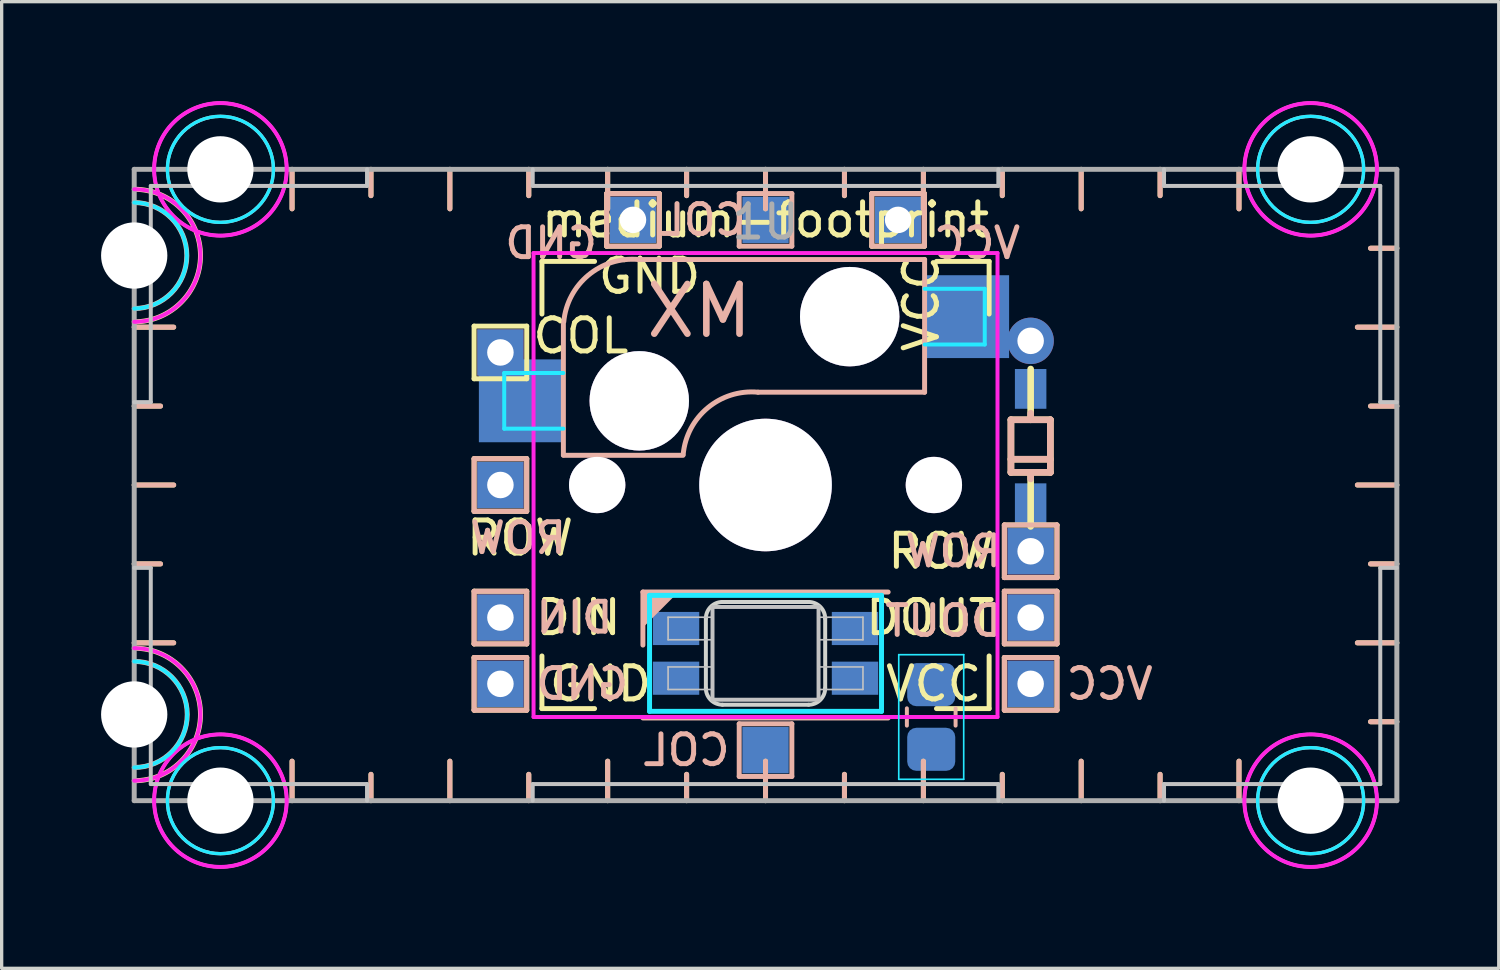
<source format=kicad_pcb>
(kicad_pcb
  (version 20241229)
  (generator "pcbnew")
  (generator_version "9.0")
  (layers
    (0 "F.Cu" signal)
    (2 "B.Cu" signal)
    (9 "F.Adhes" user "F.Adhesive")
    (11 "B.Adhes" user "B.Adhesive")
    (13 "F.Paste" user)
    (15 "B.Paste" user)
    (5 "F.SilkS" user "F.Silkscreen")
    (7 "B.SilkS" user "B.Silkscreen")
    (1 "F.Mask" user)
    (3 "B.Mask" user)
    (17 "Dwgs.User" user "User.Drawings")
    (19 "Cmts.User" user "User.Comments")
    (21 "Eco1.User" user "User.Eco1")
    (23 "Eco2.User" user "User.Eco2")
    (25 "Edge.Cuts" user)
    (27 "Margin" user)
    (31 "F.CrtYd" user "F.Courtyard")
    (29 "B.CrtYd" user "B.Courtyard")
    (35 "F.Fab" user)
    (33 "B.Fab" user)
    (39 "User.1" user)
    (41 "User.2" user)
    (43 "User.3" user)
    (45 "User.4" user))
  (footprint "medium-footprint"
    (layer "F.Cu")
    (at 20.05 11.585)
    (property "Reference" "medium-footprint" (at 0 -8 0) (unlocked yes) (layer "F.SilkS") (effects (font (size 1 1) (thickness 0.15))))
    (attr through_hole)
    (fp_line (start -18.256 -7.144) (end -19.05 -7.144) (stroke (width 0.15) (type solid)) (layer "F.SilkS"))
    (fp_line (start -18.256 -2.381) (end -19.05 -2.381) (stroke (width 0.15) (type solid)) (layer "F.SilkS"))
    (fp_line (start -18.256 2.381) (end -19.05 2.381) (stroke (width 0.15) (type solid)) (layer "F.SilkS"))
    (fp_line (start -18.256 7.144) (end -19.05 7.144) (stroke (width 0.15) (type solid)) (layer "F.SilkS"))
    (fp_line (start -17.859 -4.763) (end -19.05 -4.763) (stroke (width 0.15) (type solid)) (layer "F.SilkS"))
    (fp_line (start -17.859 0) (end -19.05 0) (stroke (width 0.15) (type solid)) (layer "F.SilkS"))
    (fp_line (start -17.859 4.763) (end -19.05 4.763) (stroke (width 0.15) (type solid)) (layer "F.SilkS"))
    (fp_line (start -16.669 -8.731) (end -16.669 -9.525) (stroke (width 0.15) (type solid)) (layer "F.SilkS"))
    (fp_line (start -16.669 8.731) (end -16.669 9.525) (stroke (width 0.15) (type solid)) (layer "F.SilkS"))
    (fp_line (start -14.287 -8.334) (end -14.287 -9.525) (stroke (width 0.15) (type solid)) (layer "F.SilkS"))
    (fp_line (start -14.287 8.334) (end -14.287 9.525) (stroke (width 0.15) (type solid)) (layer "F.SilkS"))
    (fp_line (start -11.906 -8.731) (end -11.906 -9.525) (stroke (width 0.15) (type solid)) (layer "F.SilkS"))
    (fp_line (start -11.906 8.731) (end -11.906 9.525) (stroke (width 0.15) (type solid)) (layer "F.SilkS"))
    (fp_line (start -9.525 -8.334) (end -9.525 -9.525) (stroke (width 0.15) (type solid)) (layer "F.SilkS"))
    (fp_line (start -9.525 8.334) (end -9.525 9.525) (stroke (width 0.15) (type solid)) (layer "F.SilkS"))
    (fp_line (start -8.794 -4.794) (end -7.206 -4.794) (stroke (width 0.15) (type solid)) (layer "F.SilkS"))
    (fp_line (start -8.794 -3.206) (end -8.794 -4.794) (stroke (width 0.15) (type solid)) (layer "F.SilkS"))
    (fp_line (start -8.794 -0.794) (end -7.206 -0.794) (stroke (width 0.15) (type solid)) (layer "F.SilkS"))
    (fp_line (start -8.794 0.794) (end -8.794 -0.794) (stroke (width 0.15) (type solid)) (layer "F.SilkS"))
    (fp_line (start -8.794 3.206) (end -7.206 3.206) (stroke (width 0.15) (type solid)) (layer "F.SilkS"))
    (fp_line (start -8.794 4.794) (end -8.794 3.206) (stroke (width 0.15) (type solid)) (layer "F.SilkS"))
    (fp_line (start -8.794 5.206) (end -7.206 5.206) (stroke (width 0.15) (type solid)) (layer "F.SilkS"))
    (fp_line (start -8.794 6.794) (end -8.794 5.206) (stroke (width 0.15) (type solid)) (layer "F.SilkS"))
    (fp_line (start -7.206 -4.794) (end -7.206 -3.206) (stroke (width 0.15) (type solid)) (layer "F.SilkS"))
    (fp_line (start -7.206 -3.206) (end -8.794 -3.206) (stroke (width 0.15) (type solid)) (layer "F.SilkS"))
    (fp_line (start -7.206 -0.794) (end -7.206 0.794) (stroke (width 0.15) (type solid)) (layer "F.SilkS"))
    (fp_line (start -7.206 0.794) (end -8.794 0.794) (stroke (width 0.15) (type solid)) (layer "F.SilkS"))
    (fp_line (start -7.206 3.206) (end -7.206 4.794) (stroke (width 0.15) (type solid)) (layer "F.SilkS"))
    (fp_line (start -7.206 4.794) (end -8.794 4.794) (stroke (width 0.15) (type solid)) (layer "F.SilkS"))
    (fp_line (start -7.206 5.206) (end -7.206 6.794) (stroke (width 0.15) (type solid)) (layer "F.SilkS"))
    (fp_line (start -7.206 6.794) (end -8.794 6.794) (stroke (width 0.15) (type solid)) (layer "F.SilkS"))
    (fp_line (start -7.144 -8.731) (end -7.144 -9.525) (stroke (width 0.15) (type solid)) (layer "F.SilkS"))
    (fp_line (start -7.144 8.731) (end -7.144 9.525) (stroke (width 0.15) (type solid)) (layer "F.SilkS"))
    (fp_line (start -6.747 -6.747) (end -5.159 -6.747) (stroke (width 0.15) (type solid)) (layer "F.SilkS"))
    (fp_line (start -6.747 -5.159) (end -6.747 -6.747) (stroke (width 0.15) (type solid)) (layer "F.SilkS"))
    (fp_line (start -6.747 6.747) (end -6.747 5.159) (stroke (width 0.15) (type solid)) (layer "F.SilkS"))
    (fp_line (start -5.159 6.747) (end -6.747 6.747) (stroke (width 0.15) (type solid)) (layer "F.SilkS"))
    (fp_line (start -4.794 -8.794) (end -3.206 -8.794) (stroke (width 0.15) (type solid)) (layer "F.SilkS"))
    (fp_line (start -4.794 -7.206) (end -4.794 -8.794) (stroke (width 0.15) (type solid)) (layer "F.SilkS"))
    (fp_line (start -4.763 -8.334) (end -4.763 -9.525) (stroke (width 0.15) (type solid)) (layer "F.SilkS"))
    (fp_line (start -4.763 8.334) (end -4.763 9.525) (stroke (width 0.15) (type solid)) (layer "F.SilkS"))
    (fp_line (start -3.206 -8.794) (end -3.206 -7.206) (stroke (width 0.15) (type solid)) (layer "F.SilkS"))
    (fp_line (start -3.206 -7.206) (end -4.794 -7.206) (stroke (width 0.15) (type solid)) (layer "F.SilkS"))
    (fp_line (start -2.381 -8.731) (end -2.381 -9.525) (stroke (width 0.15) (type solid)) (layer "F.SilkS"))
    (fp_line (start -2.381 8.731) (end -2.381 9.525) (stroke (width 0.15) (type solid)) (layer "F.SilkS"))
    (fp_line (start 0 -8.334) (end 0 -9.525) (stroke (width 0.15) (type solid)) (layer "F.SilkS"))
    (fp_line (start 0 8.334) (end 0 9.525) (stroke (width 0.15) (type solid)) (layer "F.SilkS"))
    (fp_line (start 2.381 -8.731) (end 2.381 -9.525) (stroke (width 0.15) (type solid)) (layer "F.SilkS"))
    (fp_line (start 2.381 8.731) (end 2.381 9.525) (stroke (width 0.15) (type solid)) (layer "F.SilkS"))
    (fp_line (start 3.206 -8.794) (end 4.794 -8.794) (stroke (width 0.15) (type solid)) (layer "F.SilkS"))
    (fp_line (start 3.206 -7.206) (end 3.206 -8.794) (stroke (width 0.15) (type solid)) (layer "F.SilkS"))
    (fp_line (start 4.763 -8.334) (end 4.763 -9.525) (stroke (width 0.15) (type solid)) (layer "F.SilkS"))
    (fp_line (start 4.763 8.334) (end 4.763 9.525) (stroke (width 0.15) (type solid)) (layer "F.SilkS"))
    (fp_line (start 4.794 -8.794) (end 4.794 -7.206) (stroke (width 0.15) (type solid)) (layer "F.SilkS"))
    (fp_line (start 4.794 -7.206) (end 3.206 -7.206) (stroke (width 0.15) (type solid)) (layer "F.SilkS"))
    (fp_line (start 5.159 -6.747) (end 6.747 -6.747) (stroke (width 0.15) (type solid)) (layer "F.SilkS"))
    (fp_line (start 6.747 -6.747) (end 6.747 -5.159) (stroke (width 0.15) (type solid)) (layer "F.SilkS"))
    (fp_line (start 6.747 5.159) (end 6.747 6.747) (stroke (width 0.15) (type solid)) (layer "F.SilkS"))
    (fp_line (start 6.747 6.747) (end 5.159 6.747) (stroke (width 0.15) (type solid)) (layer "F.SilkS"))
    (fp_line (start 7.144 -8.731) (end 7.144 -9.525) (stroke (width 0.15) (type solid)) (layer "F.SilkS"))
    (fp_line (start 7.144 8.731) (end 7.144 9.525) (stroke (width 0.15) (type solid)) (layer "F.SilkS"))
    (fp_line (start 7.206 1.206) (end 8.794 1.206) (stroke (width 0.15) (type solid)) (layer "F.SilkS"))
    (fp_line (start 7.206 2.794) (end 7.206 1.206) (stroke (width 0.15) (type solid)) (layer "F.SilkS"))
    (fp_line (start 7.206 3.206) (end 8.794 3.206) (stroke (width 0.15) (type solid)) (layer "F.SilkS"))
    (fp_line (start 7.206 4.794) (end 7.206 3.206) (stroke (width 0.15) (type solid)) (layer "F.SilkS"))
    (fp_line (start 7.206 5.206) (end 8.794 5.206) (stroke (width 0.15) (type solid)) (layer "F.SilkS"))
    (fp_line (start 7.206 6.794) (end 7.206 5.206) (stroke (width 0.15) (type solid)) (layer "F.SilkS"))
    (fp_line (start 7.405 -1.969) (end 8.595 -1.969) (stroke (width 0.2) (type solid)) (layer "F.SilkS"))
    (fp_line (start 7.405 -0.778) (end 8.595 -0.778) (stroke (width 0.2) (type solid)) (layer "F.SilkS"))
    (fp_line (start 7.405 -0.381) (end 7.405 -1.969) (stroke (width 0.2) (type solid)) (layer "F.SilkS"))
    (fp_line (start 8 -1.969) (end 8 -3.5) (stroke (width 0.2) (type solid)) (layer "F.SilkS"))
    (fp_line (start 8 1.25) (end 8 -0.381) (stroke (width 0.2) (type solid)) (layer "F.SilkS"))
    (fp_line (start 8.595 -1.969) (end 8.595 -0.381) (stroke (width 0.2) (type solid)) (layer "F.SilkS"))
    (fp_line (start 8.595 -0.381) (end 7.405 -0.381) (stroke (width 0.2) (type solid)) (layer "F.SilkS"))
    (fp_line (start 8.794 1.206) (end 8.794 2.794) (stroke (width 0.15) (type solid)) (layer "F.SilkS"))
    (fp_line (start 8.794 2.794) (end 7.206 2.794) (stroke (width 0.15) (type solid)) (layer "F.SilkS"))
    (fp_line (start 8.794 3.206) (end 8.794 4.794) (stroke (width 0.15) (type solid)) (layer "F.SilkS"))
    (fp_line (start 8.794 4.794) (end 7.206 4.794) (stroke (width 0.15) (type solid)) (layer "F.SilkS"))
    (fp_line (start 8.794 5.206) (end 8.794 6.794) (stroke (width 0.15) (type solid)) (layer "F.SilkS"))
    (fp_line (start 8.794 6.794) (end 7.206 6.794) (stroke (width 0.15) (type solid)) (layer "F.SilkS"))
    (fp_line (start 9.525 -8.334) (end 9.525 -9.525) (stroke (width 0.15) (type solid)) (layer "F.SilkS"))
    (fp_line (start 9.525 8.334) (end 9.525 9.525) (stroke (width 0.15) (type solid)) (layer "F.SilkS"))
    (fp_line (start 11.906 -8.731) (end 11.906 -9.525) (stroke (width 0.15) (type solid)) (layer "F.SilkS"))
    (fp_line (start 11.906 8.731) (end 11.906 9.525) (stroke (width 0.15) (type solid)) (layer "F.SilkS"))
    (fp_line (start 14.287 -8.334) (end 14.287 -9.525) (stroke (width 0.15) (type solid)) (layer "F.SilkS"))
    (fp_line (start 14.287 8.334) (end 14.287 9.525) (stroke (width 0.15) (type solid)) (layer "F.SilkS"))
    (fp_line (start 16.669 -8.731) (end 16.669 -9.525) (stroke (width 0.15) (type solid)) (layer "F.SilkS"))
    (fp_line (start 16.669 8.731) (end 16.669 9.525) (stroke (width 0.15) (type solid)) (layer "F.SilkS"))
    (fp_line (start 17.859 -4.763) (end 19.05 -4.763) (stroke (width 0.15) (type solid)) (layer "F.SilkS"))
    (fp_line (start 17.859 0) (end 19.05 0) (stroke (width 0.15) (type solid)) (layer "F.SilkS"))
    (fp_line (start 17.859 4.763) (end 19.05 4.763) (stroke (width 0.15) (type solid)) (layer "F.SilkS"))
    (fp_line (start 18.256 -7.144) (end 19.05 -7.144) (stroke (width 0.15) (type solid)) (layer "F.SilkS"))
    (fp_line (start 18.256 -2.381) (end 19.05 -2.381) (stroke (width 0.15) (type solid)) (layer "F.SilkS"))
    (fp_line (start 18.256 2.381) (end 19.05 2.381) (stroke (width 0.15) (type solid)) (layer "F.SilkS"))
    (fp_line (start 18.256 7.144) (end 19.05 7.144) (stroke (width 0.15) (type solid)) (layer "F.SilkS"))
    (fp_arc (start -19.05 -8.92375) (mid -17.05 -6.92375) (end -19.05 -4.92375) (stroke (width 0.15) (type solid)) (layer "F.SilkS"))
    (fp_arc (start -19.05 4.92375) (mid -17.05 6.92375) (end -19.05 8.92375) (stroke (width 0.15) (type solid)) (layer "F.SilkS"))
    (fp_circle (center -16.449 -9.525) (end -14.449 -9.525) (stroke (width 0.1) (type solid)) (fill no) (layer "F.SilkS"))
    (fp_circle (center -16.449 9.525) (end -14.449 9.525) (stroke (width 0.1) (type solid)) (fill no) (layer "F.SilkS"))
    (fp_circle (center 16.449 -9.525) (end 18.449 -9.525) (stroke (width 0.1) (type solid)) (fill no) (layer "F.SilkS"))
    (fp_circle (center 16.449 9.525) (end 18.449 9.525) (stroke (width 0.1) (type solid)) (fill no) (layer "F.SilkS"))
    (fp_line (start -18.256 -7.144) (end -19.05 -7.144) (stroke (width 0.15) (type solid)) (layer "B.SilkS"))
    (fp_line (start -18.256 -2.381) (end -19.05 -2.381) (stroke (width 0.15) (type solid)) (layer "B.SilkS"))
    (fp_line (start -18.256 2.381) (end -19.05 2.381) (stroke (width 0.15) (type solid)) (layer "B.SilkS"))
    (fp_line (start -18.256 7.144) (end -19.05 7.144) (stroke (width 0.15) (type solid)) (layer "B.SilkS"))
    (fp_line (start -17.859 -4.763) (end -19.05 -4.763) (stroke (width 0.15) (type solid)) (layer "B.SilkS"))
    (fp_line (start -17.859 0) (end -19.05 0) (stroke (width 0.15) (type solid)) (layer "B.SilkS"))
    (fp_line (start -17.859 4.763) (end -19.05 4.763) (stroke (width 0.15) (type solid)) (layer "B.SilkS"))
    (fp_line (start -16.669 -8.731) (end -16.669 -9.525) (stroke (width 0.15) (type solid)) (layer "B.SilkS"))
    (fp_line (start -16.669 8.731) (end -16.669 9.525) (stroke (width 0.15) (type solid)) (layer "B.SilkS"))
    (fp_line (start -14.287 -8.334) (end -14.287 -9.525) (stroke (width 0.15) (type solid)) (layer "B.SilkS"))
    (fp_line (start -14.287 8.334) (end -14.287 9.525) (stroke (width 0.15) (type solid)) (layer "B.SilkS"))
    (fp_line (start -11.906 -8.731) (end -11.906 -9.525) (stroke (width 0.15) (type solid)) (layer "B.SilkS"))
    (fp_line (start -11.906 8.731) (end -11.906 9.525) (stroke (width 0.15) (type solid)) (layer "B.SilkS"))
    (fp_line (start -9.525 -8.334) (end -9.525 -9.525) (stroke (width 0.15) (type solid)) (layer "B.SilkS"))
    (fp_line (start -9.525 8.334) (end -9.525 9.525) (stroke (width 0.15) (type solid)) (layer "B.SilkS"))
    (fp_line (start -8.794 -0.794) (end -8.794 0.794) (stroke (width 0.15) (type solid)) (layer "B.SilkS"))
    (fp_line (start -8.794 0.794) (end -7.206 0.794) (stroke (width 0.15) (type solid)) (layer "B.SilkS"))
    (fp_line (start -8.794 3.206) (end -8.794 4.794) (stroke (width 0.15) (type solid)) (layer "B.SilkS"))
    (fp_line (start -8.794 4.794) (end -7.206 4.794) (stroke (width 0.15) (type solid)) (layer "B.SilkS"))
    (fp_line (start -8.794 5.206) (end -8.794 6.794) (stroke (width 0.15) (type solid)) (layer "B.SilkS"))
    (fp_line (start -8.794 6.794) (end -7.206 6.794) (stroke (width 0.15) (type solid)) (layer "B.SilkS"))
    (fp_line (start -7.206 -0.794) (end -8.794 -0.794) (stroke (width 0.15) (type solid)) (layer "B.SilkS"))
    (fp_line (start -7.206 0.794) (end -7.206 -0.794) (stroke (width 0.15) (type solid)) (layer "B.SilkS"))
    (fp_line (start -7.206 3.206) (end -8.794 3.206) (stroke (width 0.15) (type solid)) (layer "B.SilkS"))
    (fp_line (start -7.206 4.794) (end -7.206 3.206) (stroke (width 0.15) (type solid)) (layer "B.SilkS"))
    (fp_line (start -7.206 5.206) (end -8.794 5.206) (stroke (width 0.15) (type solid)) (layer "B.SilkS"))
    (fp_line (start -7.206 6.794) (end -7.206 5.206) (stroke (width 0.15) (type solid)) (layer "B.SilkS"))
    (fp_line (start -7.144 -8.731) (end -7.144 -9.525) (stroke (width 0.15) (type solid)) (layer "B.SilkS"))
    (fp_line (start -7.144 8.731) (end -7.144 9.525) (stroke (width 0.15) (type solid)) (layer "B.SilkS"))
    (fp_line (start -6.1 -4.85) (end -6.1 -0.905) (stroke (width 0.15) (type solid)) (layer "B.SilkS"))
    (fp_line (start -6.1 -0.896) (end -2.49 -0.896) (stroke (width 0.15) (type solid)) (layer "B.SilkS"))
    (fp_line (start -4.794 -8.794) (end -4.794 -7.206) (stroke (width 0.15) (type solid)) (layer "B.SilkS"))
    (fp_line (start -4.794 -7.206) (end -3.206 -7.206) (stroke (width 0.15) (type solid)) (layer "B.SilkS"))
    (fp_line (start -4.763 -8.334) (end -4.763 -9.525) (stroke (width 0.15) (type solid)) (layer "B.SilkS"))
    (fp_line (start -4.763 8.334) (end -4.763 9.525) (stroke (width 0.15) (type solid)) (layer "B.SilkS"))
    (fp_line (start -3.7 4.83) (end -3.7 3.23) (stroke (width 0.15) (type solid)) (layer "B.SilkS"))
    (fp_line (start -3.206 -8.794) (end -4.794 -8.794) (stroke (width 0.15) (type solid)) (layer "B.SilkS"))
    (fp_line (start -3.206 -7.206) (end -3.206 -8.794) (stroke (width 0.15) (type solid)) (layer "B.SilkS"))
    (fp_line (start -2.381 -8.731) (end -2.381 -9.525) (stroke (width 0.15) (type solid)) (layer "B.SilkS"))
    (fp_line (start -2.381 8.731) (end -2.381 9.525) (stroke (width 0.15) (type solid)) (layer "B.SilkS"))
    (fp_line (start -0.794 -8.794) (end -0.794 -7.206) (stroke (width 0.15) (type solid)) (layer "B.SilkS"))
    (fp_line (start -0.794 -7.206) (end 0.794 -7.206) (stroke (width 0.15) (type solid)) (layer "B.SilkS"))
    (fp_line (start -0.794 7.206) (end -0.794 8.794) (stroke (width 0.15) (type solid)) (layer "B.SilkS"))
    (fp_line (start -0.794 8.794) (end 0.794 8.794) (stroke (width 0.15) (type solid)) (layer "B.SilkS"))
    (fp_line (start 0 -8.334) (end 0 -9.525) (stroke (width 0.15) (type solid)) (layer "B.SilkS"))
    (fp_line (start 0 8.334) (end 0 9.525) (stroke (width 0.15) (type solid)) (layer "B.SilkS"))
    (fp_line (start 0.794 -8.794) (end -0.794 -8.794) (stroke (width 0.15) (type solid)) (layer "B.SilkS"))
    (fp_line (start 0.794 -7.206) (end 0.794 -8.794) (stroke (width 0.15) (type solid)) (layer "B.SilkS"))
    (fp_line (start 0.794 7.206) (end -0.794 7.206) (stroke (width 0.15) (type solid)) (layer "B.SilkS"))
    (fp_line (start 0.794 8.794) (end 0.794 7.206) (stroke (width 0.15) (type solid)) (layer "B.SilkS"))
    (fp_line (start 2.381 -8.731) (end 2.381 -9.525) (stroke (width 0.15) (type solid)) (layer "B.SilkS"))
    (fp_line (start 2.381 8.731) (end 2.381 9.525) (stroke (width 0.15) (type solid)) (layer "B.SilkS"))
    (fp_line (start 3.206 -8.794) (end 3.206 -7.206) (stroke (width 0.15) (type solid)) (layer "B.SilkS"))
    (fp_line (start 3.206 -7.206) (end 4.794 -7.206) (stroke (width 0.15) (type solid)) (layer "B.SilkS"))
    (fp_line (start 3.7 3.23) (end -3.7 3.23) (stroke (width 0.15) (type solid)) (layer "B.SilkS"))
    (fp_line (start 3.7 7.03) (end -3.7 7.03) (stroke (width 0.15) (type solid)) (layer "B.SilkS"))
    (fp_line (start 4.265 6.739) (end 4.265 7.261) (stroke (width 0.12) (type solid)) (layer "B.SilkS"))
    (fp_line (start 4.763 -8.334) (end 4.763 -9.525) (stroke (width 0.15) (type solid)) (layer "B.SilkS"))
    (fp_line (start 4.763 8.334) (end 4.763 9.525) (stroke (width 0.15) (type solid)) (layer "B.SilkS"))
    (fp_line (start 4.794 -8.794) (end 3.206 -8.794) (stroke (width 0.15) (type solid)) (layer "B.SilkS"))
    (fp_line (start 4.794 -7.206) (end 4.794 -8.794) (stroke (width 0.15) (type solid)) (layer "B.SilkS"))
    (fp_line (start 4.8 -6.804) (end -3.825 -6.804) (stroke (width 0.15) (type solid)) (layer "B.SilkS"))
    (fp_line (start 4.8 -2.8) (end -0.225 -2.8) (stroke (width 0.15) (type solid)) (layer "B.SilkS"))
    (fp_line (start 4.8 -2.8) (end 4.8 -6.804) (stroke (width 0.15) (type solid)) (layer "B.SilkS"))
    (fp_line (start 5.735 6.739) (end 5.735 7.261) (stroke (width 0.12) (type solid)) (layer "B.SilkS"))
    (fp_line (start 7.144 -8.731) (end 7.144 -9.525) (stroke (width 0.15) (type solid)) (layer "B.SilkS"))
    (fp_line (start 7.144 8.731) (end 7.144 9.525) (stroke (width 0.15) (type solid)) (layer "B.SilkS"))
    (fp_line (start 7.206 1.206) (end 7.206 2.794) (stroke (width 0.15) (type solid)) (layer "B.SilkS"))
    (fp_line (start 7.206 2.794) (end 8.794 2.794) (stroke (width 0.15) (type solid)) (layer "B.SilkS"))
    (fp_line (start 7.206 3.206) (end 7.206 4.794) (stroke (width 0.15) (type solid)) (layer "B.SilkS"))
    (fp_line (start 7.206 4.794) (end 8.794 4.794) (stroke (width 0.15) (type solid)) (layer "B.SilkS"))
    (fp_line (start 7.206 5.206) (end 7.206 6.794) (stroke (width 0.15) (type solid)) (layer "B.SilkS"))
    (fp_line (start 7.206 6.794) (end 8.794 6.794) (stroke (width 0.15) (type solid)) (layer "B.SilkS"))
    (fp_line (start 7.405 -1.969) (end 7.405 -0.381) (stroke (width 0.2) (type solid)) (layer "B.SilkS"))
    (fp_line (start 7.405 -0.381) (end 8.595 -0.381) (stroke (width 0.2) (type solid)) (layer "B.SilkS"))
    (fp_line (start 8 -1.969) (end 8 -2.167) (stroke (width 0.2) (type solid)) (layer "B.SilkS"))
    (fp_line (start 8 -0.183) (end 8 -0.381) (stroke (width 0.2) (type solid)) (layer "B.SilkS"))
    (fp_line (start 8.595 -1.969) (end 7.405 -1.969) (stroke (width 0.2) (type solid)) (layer "B.SilkS"))
    (fp_line (start 8.595 -0.778) (end 7.405 -0.778) (stroke (width 0.2) (type solid)) (layer "B.SilkS"))
    (fp_line (start 8.595 -0.381) (end 8.595 -1.969) (stroke (width 0.2) (type solid)) (layer "B.SilkS"))
    (fp_line (start 8.794 1.206) (end 7.206 1.206) (stroke (width 0.15) (type solid)) (layer "B.SilkS"))
    (fp_line (start 8.794 2.794) (end 8.794 1.206) (stroke (width 0.15) (type solid)) (layer "B.SilkS"))
    (fp_line (start 8.794 3.206) (end 7.206 3.206) (stroke (width 0.15) (type solid)) (layer "B.SilkS"))
    (fp_line (start 8.794 4.794) (end 8.794 3.206) (stroke (width 0.15) (type solid)) (layer "B.SilkS"))
    (fp_line (start 8.794 5.206) (end 7.206 5.206) (stroke (width 0.15) (type solid)) (layer "B.SilkS"))
    (fp_line (start 8.794 6.794) (end 8.794 5.206) (stroke (width 0.15) (type solid)) (layer "B.SilkS"))
    (fp_line (start 9.525 -8.334) (end 9.525 -9.525) (stroke (width 0.15) (type solid)) (layer "B.SilkS"))
    (fp_line (start 9.525 8.334) (end 9.525 9.525) (stroke (width 0.15) (type solid)) (layer "B.SilkS"))
    (fp_line (start 11.906 -8.731) (end 11.906 -9.525) (stroke (width 0.15) (type solid)) (layer "B.SilkS"))
    (fp_line (start 11.906 8.731) (end 11.906 9.525) (stroke (width 0.15) (type solid)) (layer "B.SilkS"))
    (fp_line (start 14.287 -8.334) (end 14.287 -9.525) (stroke (width 0.15) (type solid)) (layer "B.SilkS"))
    (fp_line (start 14.287 8.334) (end 14.287 9.525) (stroke (width 0.15) (type solid)) (layer "B.SilkS"))
    (fp_line (start 16.669 -8.731) (end 16.669 -9.525) (stroke (width 0.15) (type solid)) (layer "B.SilkS"))
    (fp_line (start 16.669 8.731) (end 16.669 9.525) (stroke (width 0.15) (type solid)) (layer "B.SilkS"))
    (fp_line (start 17.859 -4.763) (end 19.05 -4.763) (stroke (width 0.15) (type solid)) (layer "B.SilkS"))
    (fp_line (start 17.859 0) (end 19.05 0) (stroke (width 0.15) (type solid)) (layer "B.SilkS"))
    (fp_line (start 17.859 4.763) (end 19.05 4.763) (stroke (width 0.15) (type solid)) (layer "B.SilkS"))
    (fp_line (start 18.256 -7.144) (end 19.05 -7.144) (stroke (width 0.15) (type solid)) (layer "B.SilkS"))
    (fp_line (start 18.256 -2.381) (end 19.05 -2.381) (stroke (width 0.15) (type solid)) (layer "B.SilkS"))
    (fp_line (start 18.256 2.381) (end 19.05 2.381) (stroke (width 0.15) (type solid)) (layer "B.SilkS"))
    (fp_line (start 18.256 7.144) (end 19.05 7.144) (stroke (width 0.15) (type solid)) (layer "B.SilkS"))
    (fp_arc (start -19.05 -8.52375) (mid -17.45 -6.92375) (end -19.05 -5.32375) (stroke (width 0.15) (type solid)) (layer "B.SilkS"))
    (fp_arc (start -19.05 5.32375) (mid -17.45 6.92375) (end -19.05 8.52375) (stroke (width 0.15) (type solid)) (layer "B.SilkS"))
    (fp_arc (start -6.089 -4.92) (mid -5.347189 -6.33089) (end -3.825 -6.804) (stroke (width 0.15) (type solid)) (layer "B.SilkS"))
    (fp_arc (start -2.485 -0.92) (mid -1.744361 -2.328061) (end -0.225 -2.8) (stroke (width 0.15) (type solid)) (layer "B.SilkS"))
    (fp_circle (center -16.449 -9.525) (end -14.849 -9.525) (stroke (width 0.1) (type solid)) (fill no) (layer "B.SilkS"))
    (fp_circle (center -16.449 9.525) (end -14.849 9.525) (stroke (width 0.1) (type solid)) (fill no) (layer "B.SilkS"))
    (fp_circle (center 16.449 -9.525) (end 18.049 -9.525) (stroke (width 0.1) (type solid)) (fill no) (layer "B.SilkS"))
    (fp_circle (center 16.449 9.525) (end 18.049 9.525) (stroke (width 0.1) (type solid)) (fill no) (layer "B.SilkS"))
    (fp_poly (pts (xy -3.699 4.23) (xy -2.7 3.23) (xy -3.7 3.23)) (stroke (width 0.1) (type solid)) (fill yes) (layer "B.SilkS"))
    (fp_line (start -18.55 -9.025) (end -12.025 -9.025) (stroke (width 0.12) (type solid)) (layer "Dwgs.User"))
    (fp_line (start -18.55 -2.5) (end -19.05 -2.5) (stroke (width 0.12) (type solid)) (layer "Dwgs.User"))
    (fp_line (start -18.55 -2.5) (end -18.55 -9.025) (stroke (width 0.12) (type solid)) (layer "Dwgs.User"))
    (fp_line (start -18.55 2.5) (end -19.05 2.5) (stroke (width 0.12) (type solid)) (layer "Dwgs.User"))
    (fp_line (start -18.55 9.025) (end -18.55 2.5) (stroke (width 0.12) (type solid)) (layer "Dwgs.User"))
    (fp_line (start -12.025 -9.025) (end -12.025 -9.525) (stroke (width 0.12) (type solid)) (layer "Dwgs.User"))
    (fp_line (start -12.025 9.025) (end -18.55 9.025) (stroke (width 0.12) (type solid)) (layer "Dwgs.User"))
    (fp_line (start -12.025 9.025) (end -12.025 9.525) (stroke (width 0.12) (type solid)) (layer "Dwgs.User"))
    (fp_line (start -7.025 -9.025) (end -7.025 -9.525) (stroke (width 0.12) (type solid)) (layer "Dwgs.User"))
    (fp_line (start -7.025 -9.025) (end 7.025 -9.025) (stroke (width 0.12) (type solid)) (layer "Dwgs.User"))
    (fp_line (start -7.025 9.025) (end -7.025 9.525) (stroke (width 0.12) (type solid)) (layer "Dwgs.User"))
    (fp_line (start -2.94 3.99) (end -1.6 3.99) (stroke (width 0.05) (type solid)) (layer "Dwgs.User"))
    (fp_line (start -2.94 4.67) (end -2.94 3.99) (stroke (width 0.05) (type solid)) (layer "Dwgs.User"))
    (fp_line (start -2.94 5.49) (end -2.94 6.17) (stroke (width 0.05) (type solid)) (layer "Dwgs.User"))
    (fp_line (start -2.94 5.49) (end -1.6 5.49) (stroke (width 0.05) (type solid)) (layer "Dwgs.User"))
    (fp_line (start -1.6 3.68) (end -1.6 6.48) (stroke (width 0.12) (type solid)) (layer "Dwgs.User"))
    (fp_line (start -1.6 4.67) (end -2.94 4.67) (stroke (width 0.05) (type solid)) (layer "Dwgs.User"))
    (fp_line (start -1.6 6.17) (end -2.94 6.17) (stroke (width 0.05) (type solid)) (layer "Dwgs.User"))
    (fp_line (start -1.6 6.48) (end 1.6 6.48) (stroke (width 0.12) (type solid)) (layer "Dwgs.User"))
    (fp_line (start 1.6 3.68) (end -1.6 3.68) (stroke (width 0.12) (type solid)) (layer "Dwgs.User"))
    (fp_line (start 1.6 4.67) (end 2.94 4.67) (stroke (width 0.05) (type solid)) (layer "Dwgs.User"))
    (fp_line (start 1.6 6.17) (end 2.94 6.17) (stroke (width 0.05) (type solid)) (layer "Dwgs.User"))
    (fp_line (start 1.6 6.48) (end 1.6 3.68) (stroke (width 0.12) (type solid)) (layer "Dwgs.User"))
    (fp_line (start 2.94 3.99) (end 1.6 3.99) (stroke (width 0.05) (type solid)) (layer "Dwgs.User"))
    (fp_line (start 2.94 4.67) (end 2.94 3.99) (stroke (width 0.05) (type solid)) (layer "Dwgs.User"))
    (fp_line (start 2.94 5.49) (end 1.6 5.49) (stroke (width 0.05) (type solid)) (layer "Dwgs.User"))
    (fp_line (start 2.94 5.49) (end 2.94 6.17) (stroke (width 0.05) (type solid)) (layer "Dwgs.User"))
    (fp_line (start 7.025 -9.025) (end 7.025 -9.525) (stroke (width 0.12) (type solid)) (layer "Dwgs.User"))
    (fp_line (start 7.025 9.025) (end -7.025 9.025) (stroke (width 0.12) (type solid)) (layer "Dwgs.User"))
    (fp_line (start 7.025 9.025) (end 7.025 9.525) (stroke (width 0.12) (type solid)) (layer "Dwgs.User"))
    (fp_line (start 12.025 -9.025) (end 12.025 -9.525) (stroke (width 0.12) (type solid)) (layer "Dwgs.User"))
    (fp_line (start 12.025 -9.025) (end 18.55 -9.025) (stroke (width 0.12) (type solid)) (layer "Dwgs.User"))
    (fp_line (start 12.025 9.025) (end 12.025 9.525) (stroke (width 0.12) (type solid)) (layer "Dwgs.User"))
    (fp_line (start 18.55 -9.025) (end 18.55 -2.5) (stroke (width 0.12) (type solid)) (layer "Dwgs.User"))
    (fp_line (start 18.55 -2.5) (end 19.05 -2.5) (stroke (width 0.12) (type solid)) (layer "Dwgs.User"))
    (fp_line (start 18.55 2.5) (end 18.55 9.025) (stroke (width 0.12) (type solid)) (layer "Dwgs.User"))
    (fp_line (start 18.55 2.5) (end 19.05 2.5) (stroke (width 0.12) (type solid)) (layer "Dwgs.User"))
    (fp_line (start 18.55 9.025) (end 12.025 9.025) (stroke (width 0.12) (type solid)) (layer "Dwgs.User"))
    (fp_line (start -1.8 4.03) (end -1.8 6.13) (stroke (width 0.12) (type solid)) (layer "Edge.Cuts"))
    (fp_line (start -1.3 6.63) (end 1.3 6.63) (stroke (width 0.12) (type solid)) (layer "Edge.Cuts"))
    (fp_line (start 1.3 3.53) (end -1.3 3.53) (stroke (width 0.12) (type solid)) (layer "Edge.Cuts"))
    (fp_line (start 1.8 6.13) (end 1.8 4.03) (stroke (width 0.12) (type solid)) (layer "Edge.Cuts"))
    (fp_arc (start -1.8 4.03) (mid -1.653553 3.676447) (end -1.3 3.53) (stroke (width 0.12) (type solid)) (layer "Edge.Cuts"))
    (fp_arc (start -1.3 6.63) (mid -1.653553 6.483553) (end -1.8 6.13) (stroke (width 0.12) (type solid)) (layer "Edge.Cuts"))
    (fp_arc (start 1.3 3.53) (mid 1.653553 3.676447) (end 1.8 4.03) (stroke (width 0.12) (type solid)) (layer "Edge.Cuts"))
    (fp_arc (start 1.8 6.13) (mid 1.653553 6.483553) (end 1.3 6.63) (stroke (width 0.12) (type solid)) (layer "Edge.Cuts"))
    (fp_line (start -7.885 -3.38) (end -7.885 -1.7) (stroke (width 0.12) (type solid)) (layer "B.CrtYd"))
    (fp_line (start -7.885 -3.38) (end -6.1 -3.38) (stroke (width 0.12) (type solid)) (layer "B.CrtYd"))
    (fp_line (start -7.885 -1.7) (end -6.1 -1.7) (stroke (width 0.12) (type solid)) (layer "B.CrtYd"))
    (fp_line (start -3.5 3.33) (end -3.5 6.83) (stroke (width 0.15) (type solid)) (layer "B.CrtYd"))
    (fp_line (start -3.5 6.83) (end 3.5 6.83) (stroke (width 0.15) (type solid)) (layer "B.CrtYd"))
    (fp_line (start 3.5 3.33) (end -3.5 3.33) (stroke (width 0.15) (type solid)) (layer "B.CrtYd"))
    (fp_line (start 3.5 6.83) (end 3.5 3.33) (stroke (width 0.15) (type solid)) (layer "B.CrtYd"))
    (fp_line (start 4.02 5.12) (end 4.02 8.88) (stroke (width 0.05) (type solid)) (layer "B.CrtYd"))
    (fp_line (start 4.02 8.88) (end 5.98 8.88) (stroke (width 0.05) (type solid)) (layer "B.CrtYd"))
    (fp_line (start 4.8 -5.92) (end 6.615 -5.92) (stroke (width 0.12) (type solid)) (layer "B.CrtYd"))
    (fp_line (start 5.98 5.12) (end 4.02 5.12) (stroke (width 0.05) (type solid)) (layer "B.CrtYd"))
    (fp_line (start 5.98 8.88) (end 5.98 5.12) (stroke (width 0.05) (type solid)) (layer "B.CrtYd"))
    (fp_line (start 6.615 -5.92) (end 6.615 -4.24) (stroke (width 0.12) (type solid)) (layer "B.CrtYd"))
    (fp_line (start 6.615 -4.24) (end 4.8 -4.24) (stroke (width 0.12) (type solid)) (layer "B.CrtYd"))
    (fp_arc (start -19.05 -8.52375) (mid -17.45 -6.92375) (end -19.05 -5.32375) (stroke (width 0.12) (type solid)) (layer "B.CrtYd"))
    (fp_arc (start -19.05 5.32375) (mid -17.45 6.92375) (end -19.05 8.52375) (stroke (width 0.12) (type solid)) (layer "B.CrtYd"))
    (fp_circle (center -16.449 -9.525) (end -14.849 -9.525) (stroke (width 0.1) (type solid)) (fill no) (layer "B.CrtYd"))
    (fp_circle (center -16.449 9.525) (end -14.849 9.525) (stroke (width 0.1) (type solid)) (fill no) (layer "B.CrtYd"))
    (fp_circle (center 16.449 -9.525) (end 18.049 -9.525) (stroke (width 0.1) (type solid)) (fill no) (layer "B.CrtYd"))
    (fp_circle (center 16.449 9.525) (end 18.049 9.525) (stroke (width 0.1) (type solid)) (fill no) (layer "B.CrtYd"))
    (fp_line (start -7 -7) (end 7 -7) (stroke (width 0.12) (type solid)) (layer "F.CrtYd"))
    (fp_line (start -7 7) (end -7 -7) (stroke (width 0.12) (type solid)) (layer "F.CrtYd"))
    (fp_line (start 7 -7) (end 7 7) (stroke (width 0.12) (type solid)) (layer "F.CrtYd"))
    (fp_line (start 7 7) (end -7 7) (stroke (width 0.12) (type solid)) (layer "F.CrtYd"))
    (fp_arc (start -19.05 -8.92375) (mid -17.05 -6.92375) (end -19.05 -4.92375) (stroke (width 0.12) (type solid)) (layer "F.CrtYd"))
    (fp_arc (start -19.05 4.92375) (mid -17.05 6.92375) (end -19.05 8.92375) (stroke (width 0.12) (type solid)) (layer "F.CrtYd"))
    (fp_circle (center -16.449 -9.525) (end -14.449 -9.525) (stroke (width 0.12) (type solid)) (fill no) (layer "F.CrtYd"))
    (fp_circle (center -16.449 9.525) (end -14.449 9.525) (stroke (width 0.12) (type solid)) (fill no) (layer "F.CrtYd"))
    (fp_circle (center 16.449 -9.525) (end 18.449 -9.525) (stroke (width 0.12) (type solid)) (fill no) (layer "F.CrtYd"))
    (fp_circle (center 16.449 9.525) (end 18.449 9.525) (stroke (width 0.12) (type solid)) (fill no) (layer "F.CrtYd"))
    (fp_line (start -19.05 -9.525) (end 19.05 -9.525) (stroke (width 0.15) (type solid)) (layer "F.Fab"))
    (fp_line (start -19.05 9.525) (end -19.05 -9.525) (stroke (width 0.15) (type solid)) (layer "F.Fab"))
    (fp_line (start 19.05 -9.525) (end 19.05 9.525) (stroke (width 0.15) (type solid)) (layer "F.Fab"))
    (fp_line (start 19.05 9.525) (end -19.05 9.525) (stroke (width 0.15) (type solid)) (layer "F.Fab"))
    (fp_text user "GND" (at -3.5 -6.3 0) (unlocked yes) (layer "F.SilkS") (effects (font (size 1 1) (thickness 0.15))))
    (fp_text user "VCC" (at 4.7 -7 90) (unlocked yes) (layer "F.SilkS") (effects (font (size 1 1) (thickness 0.15)) (justify right)))
    (fp_text user "GND" (at -6.6 6 0) (unlocked yes) (layer "F.SilkS") (effects (font (size 1 1) (thickness 0.15)) (justify left)))
    (fp_text user "COL" (at -7.1 -4.5 0) (unlocked yes) (layer "F.SilkS") (effects (font (size 1 1) (thickness 0.15)) (justify left)))
    (fp_text user "ROW" (at 7 2 0) (unlocked yes) (layer "F.SilkS") (effects (font (size 1 1) (thickness 0.15)) (justify right)))
    (fp_text user "ROW" (at -9.1 1.6 0) (unlocked yes) (layer "F.SilkS") (effects (font (size 1 1) (thickness 0.15)) (justify left)))
    (fp_text user "DIN" (at -7 4 0) (unlocked yes) (layer "F.SilkS") (effects (font (size 1 1) (thickness 0.15)) (justify left)))
    (fp_text user "DOUT" (at 7 4 0) (unlocked yes) (layer "F.SilkS") (effects (font (size 1 1) (thickness 0.15)) (justify right)))
    (fp_text user "VCC" (at 6.6 6 0) (unlocked yes) (layer "F.SilkS") (effects (font (size 1 1) (thickness 0.15)) (justify right)))
    (fp_text user "COL" (at -1 8 0) (unlocked yes) (layer "B.SilkS") (effects (font (size 0.9 0.9) (thickness 0.15)) (justify left mirror)))
    (fp_text user "DIN" (at -7 4 0) (unlocked yes) (layer "B.SilkS") (effects (font (size 0.9 0.9) (thickness 0.15)) (justify right mirror)))
    (fp_text user "DOUT" (at 7.2 4.1 0) (unlocked yes) (layer "B.SilkS") (effects (font (size 0.9 0.9) (thickness 0.15)) (justify left mirror)))
    (fp_text user "MX" (at -2 -5.25 0) (unlocked yes) (layer "B.SilkS") (effects (font (size 1.5 1.5) (thickness 0.2)) (justify mirror)))
    (fp_text user "VCC" (at 5 -7.3 0) (unlocked yes) (layer "B.SilkS") (effects (font (size 0.9 0.9) (thickness 0.15)) (justify right mirror)))
    (fp_text user "ROW" (at -9 1.6 0) (unlocked yes) (layer "B.SilkS") (effects (font (size 0.9 0.9) (thickness 0.15)) (justify right mirror)))
    (fp_text user "GND" (at -5 -7.3 0) (unlocked yes) (layer "B.SilkS") (effects (font (size 0.9 0.9) (thickness 0.15)) (justify left mirror)))
    (fp_text user "GND" (at -7 6 0) (unlocked yes) (layer "B.SilkS") (effects (font (size 0.9 0.9) (thickness 0.15)) (justify right mirror)))
    (fp_text user "ROW" (at 7.2 2 0) (unlocked yes) (layer "B.SilkS") (effects (font (size 0.9 0.9) (thickness 0.15)) (justify left mirror)))
    (fp_text user "VCC" (at 9 6 0) (unlocked yes) (layer "B.SilkS") (effects (font (size 0.9 0.9) (thickness 0.15)) (justify right mirror)))
    (fp_text user "COL" (at -1.9 -8 0) (unlocked yes) (layer "B.SilkS") (effects (font (size 0.9 0.9) (thickness 0.15)) (justify mirror)))
    (fp_text user "1U" (at 0 -7.938 0) (layer "F.Fab") (effects (font (size 1 1) (thickness 0.15))))
    (pad "" np_thru_hole circle (at -19.05 -6.924 270) (size 2 2) (drill 2) (layers "*.Cu" "*.Mask"))
    (pad "" np_thru_hole circle (at -19.05 6.924 270) (size 2 2) (drill 2) (layers "*.Cu" "*.Mask"))
    (pad "" np_thru_hole circle (at -16.449 -9.525) (size 2 2) (drill 2) (layers "*.Cu" "*.Mask"))
    (pad "" np_thru_hole circle (at -16.449 9.525) (size 2 2) (drill 2) (layers "*.Cu" "*.Mask"))
    (pad "" np_thru_hole circle (at 16.449 -9.525) (size 2 2) (drill 2) (layers "*.Cu" "*.Mask"))
    (pad "" np_thru_hole circle (at 16.449 9.525) (size 2 2) (drill 2) (layers "*.Cu" "*.Mask"))
    (pad "1" smd rect (at 2.7 5.83 180) (size 1.4 1) (layers "B.Cu" "B.Mask" "B.Paste"))
    (pad "1" thru_hole rect (at 4 -8 90) (size 1.4 1.4) (drill 0.8) (layers "*.Cu" "*.Mask"))
    (pad "1" smd roundrect (at 5 6.025 270) (size 1.3 1.45) (layers "B.Cu" "B.Mask" "B.Paste") (roundrect_rratio 0.213))
    (pad "1" thru_hole rect (at 8 6 90) (size 1.4 1.4) (drill 0.8) (layers "*.Cu" "*.Mask"))
    (pad "2" smd rect (at 2.7 4.33 180) (size 1.4 1) (layers "B.Cu" "B.Mask" "B.Paste"))
    (pad "2" thru_hole rect (at 8 4 90) (size 1.4 1.4) (drill 0.8) (layers "*.Cu" "*.Mask"))
    (pad "3" thru_hole rect (at -8 6 90) (size 1.4 1.4) (drill 0.8) (layers "*.Cu" "*.Mask"))
    (pad "3" thru_hole circle (at -5.08 0) (size 1.7 1.7) (drill 1.7) (layers "*.Cu" "*.Mask"))
    (pad "3" thru_hole rect (at -4 -8 90) (size 1.4 1.4) (drill 0.8) (layers "*.Cu" "*.Mask"))
    (pad "3" thru_hole circle (at -3.81 -2.54 180) (size 3 3) (drill 3) (layers "*.Cu" "*.Mask"))
    (pad "3" smd rect (at -2.7 4.33 180) (size 1.4 1) (layers "B.Cu" "B.Mask" "B.Paste"))
    (pad "3" thru_hole circle (at 0 0 90) (size 4 4) (drill 4) (layers "*.Cu" "*.Mask"))
    (pad "3" thru_hole circle (at 2.54 -5.08 180) (size 3 3) (drill 3) (layers "*.Cu" "*.Mask"))
    (pad "3" smd roundrect (at 5 7.975 270) (size 1.3 1.45) (layers "B.Cu" "B.Mask" "B.Paste") (roundrect_rratio 0.213))
    (pad "3" thru_hole circle (at 5.08 0) (size 1.7 1.7) (drill 1.7) (layers "*.Cu" "*.Mask"))
    (pad "4" thru_hole rect (at -8 4 90) (size 1.4 1.4) (drill 0.8) (layers "*.Cu" "*.Mask"))
    (pad "4" smd rect (at -2.7 5.83 180) (size 1.4 1) (layers "B.Cu" "B.Mask" "B.Paste"))
    (pad "5" thru_hole rect (at -8 -4 90) (size 1.4 1.4) (drill 0.8) (layers "*.Cu" "*.Mask"))
    (pad "5" smd rect (at -7.375 -2.54) (size 2.55 2.5) (layers "B.Cu" "B.Mask" "B.Paste"))
    (pad "5" smd rect (at 0 -8 90) (size 1.4 1.4) (layers "B.Cu" "B.Mask"))
    (pad "5" smd rect (at 0 8 90) (size 1.4 1.4) (layers "B.Cu" "B.Mask"))
    (pad "6" smd rect (at 6.075 -5.08) (size 2.55 2.5) (layers "B.Cu" "B.Mask" "B.Paste"))
    (pad "6" thru_hole circle (at 8 -4.35 90) (size 1.4 1.4) (drill 0.8) (layers "*.Cu" "*.Mask"))
    (pad "6" smd rect (at 8 -2.9 90) (size 1.2 0.95) (layers "B.Cu" "B.Mask" "B.Paste"))
    (pad "7" thru_hole rect (at -8 0 90) (size 1.4 1.4) (drill 0.8) (layers "*.Cu" "*.Mask"))
    (pad "7" smd rect (at 8 0.55 90) (size 1.2 0.95) (layers "B.Cu" "B.Mask" "B.Paste"))
    (pad "7" thru_hole rect (at 8 2 90) (size 1.4 1.4) (drill 0.8) (layers "*.Cu" "*.Mask")))
  (gr_rect
    (start -3 -3)
    (end 42.175 26.17)
    (stroke (width 0.1) (type default))
    (fill no)
    (layer "Edge.Cuts")))
</source>
